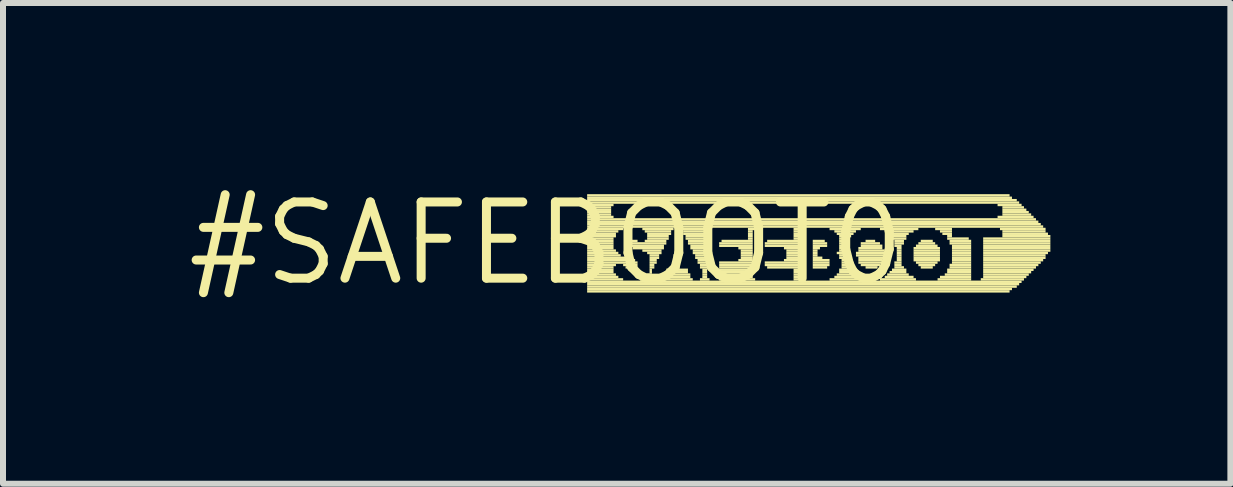
<source format=kicad_pcb>
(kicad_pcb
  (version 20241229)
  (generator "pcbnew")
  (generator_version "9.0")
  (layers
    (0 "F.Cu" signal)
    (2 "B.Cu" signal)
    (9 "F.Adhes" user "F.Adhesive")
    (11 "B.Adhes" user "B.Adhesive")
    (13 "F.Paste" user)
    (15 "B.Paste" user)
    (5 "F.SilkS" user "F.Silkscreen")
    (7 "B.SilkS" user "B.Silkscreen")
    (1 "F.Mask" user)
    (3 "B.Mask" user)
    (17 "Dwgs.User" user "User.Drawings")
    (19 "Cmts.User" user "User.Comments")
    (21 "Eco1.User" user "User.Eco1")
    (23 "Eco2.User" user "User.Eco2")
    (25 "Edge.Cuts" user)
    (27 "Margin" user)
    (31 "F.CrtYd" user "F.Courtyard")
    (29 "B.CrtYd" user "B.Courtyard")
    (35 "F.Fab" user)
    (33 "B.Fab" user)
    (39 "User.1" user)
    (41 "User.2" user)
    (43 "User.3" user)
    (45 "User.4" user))
  (footprint "#SAFEBOOT0"
    (layer "F.Cu")
    (at 6.055 1.006)
    (property "Reference" "#SAFEBOOT0" (at 0 0 0) (layer "F.SilkS") (effects (font (size 1.27 1.27) (thickness 0.15))))
    (fp_poly (pts (xy 0.68 -0.78) (xy 7.72 -0.78) (xy 7.72 -0.82) (xy 0.68 -0.82)) (stroke (width 0) (type solid)) (fill yes) (layer "F.SilkS"))
    (fp_poly (pts (xy 0.68 -0.74) (xy 7.76 -0.74) (xy 7.76 -0.78) (xy 0.68 -0.78)) (stroke (width 0) (type solid)) (fill yes) (layer "F.SilkS"))
    (fp_poly (pts (xy 0.68 -0.7) (xy 7.84 -0.7) (xy 7.84 -0.74) (xy 0.68 -0.74)) (stroke (width 0) (type solid)) (fill yes) (layer "F.SilkS"))
    (fp_poly (pts (xy 0.68 -0.66) (xy 7.88 -0.66) (xy 7.88 -0.7) (xy 0.68 -0.7)) (stroke (width 0) (type solid)) (fill yes) (layer "F.SilkS"))
    (fp_poly (pts (xy 0.68 -0.62) (xy 1.12 -0.62) (xy 1.12 -0.66) (xy 0.68 -0.66)) (stroke (width 0) (type solid)) (fill yes) (layer "F.SilkS"))
    (fp_poly (pts (xy 0.68 -0.58) (xy 1.08 -0.58) (xy 1.08 -0.62) (xy 0.68 -0.62)) (stroke (width 0) (type solid)) (fill yes) (layer "F.SilkS"))
    (fp_poly (pts (xy 0.68 -0.54) (xy 1.08 -0.54) (xy 1.08 -0.58) (xy 0.68 -0.58)) (stroke (width 0) (type solid)) (fill yes) (layer "F.SilkS"))
    (fp_poly (pts (xy 0.68 -0.5) (xy 1.08 -0.5) (xy 1.08 -0.54) (xy 0.68 -0.54)) (stroke (width 0) (type solid)) (fill yes) (layer "F.SilkS"))
    (fp_poly (pts (xy 0.68 -0.46) (xy 1.08 -0.46) (xy 1.08 -0.5) (xy 0.68 -0.5)) (stroke (width 0) (type solid)) (fill yes) (layer "F.SilkS"))
    (fp_poly (pts (xy 0.68 -0.42) (xy 1.12 -0.42) (xy 1.12 -0.46) (xy 0.68 -0.46)) (stroke (width 0) (type solid)) (fill yes) (layer "F.SilkS"))
    (fp_poly (pts (xy 0.68 -0.38) (xy 8.16 -0.38) (xy 8.16 -0.42) (xy 0.68 -0.42)) (stroke (width 0) (type solid)) (fill yes) (layer "F.SilkS"))
    (fp_poly (pts (xy 0.68 -0.34) (xy 8.2 -0.34) (xy 8.2 -0.38) (xy 0.68 -0.38)) (stroke (width 0) (type solid)) (fill yes) (layer "F.SilkS"))
    (fp_poly (pts (xy 0.68 -0.3) (xy 8.24 -0.3) (xy 8.24 -0.34) (xy 0.68 -0.34)) (stroke (width 0) (type solid)) (fill yes) (layer "F.SilkS"))
    (fp_poly (pts (xy 0.68 -0.26) (xy 8.28 -0.26) (xy 8.28 -0.3) (xy 0.68 -0.3)) (stroke (width 0) (type solid)) (fill yes) (layer "F.SilkS"))
    (fp_poly (pts (xy 0.68 -0.22) (xy 1.28 -0.22) (xy 1.28 -0.26) (xy 0.68 -0.26)) (stroke (width 0) (type solid)) (fill yes) (layer "F.SilkS"))
    (fp_poly (pts (xy 0.68 -0.18) (xy 1.2 -0.18) (xy 1.2 -0.22) (xy 0.68 -0.22)) (stroke (width 0) (type solid)) (fill yes) (layer "F.SilkS"))
    (fp_poly (pts (xy 0.68 -0.14) (xy 1.16 -0.14) (xy 1.16 -0.18) (xy 0.68 -0.18)) (stroke (width 0) (type solid)) (fill yes) (layer "F.SilkS"))
    (fp_poly (pts (xy 0.68 -0.1) (xy 1.16 -0.1) (xy 1.16 -0.14) (xy 0.68 -0.14)) (stroke (width 0) (type solid)) (fill yes) (layer "F.SilkS"))
    (fp_poly (pts (xy 0.68 -0.06) (xy 1.12 -0.06) (xy 1.12 -0.1) (xy 0.68 -0.1)) (stroke (width 0) (type solid)) (fill yes) (layer "F.SilkS"))
    (fp_poly (pts (xy 0.68 -0.02) (xy 1.12 -0.02) (xy 1.12 -0.06) (xy 0.68 -0.06)) (stroke (width 0) (type solid)) (fill yes) (layer "F.SilkS"))
    (fp_poly (pts (xy 0.68 0.02) (xy 1.12 0.02) (xy 1.12 -0.02) (xy 0.68 -0.02)) (stroke (width 0) (type solid)) (fill yes) (layer "F.SilkS"))
    (fp_poly (pts (xy 0.68 0.06) (xy 1.12 0.06) (xy 1.12 0.02) (xy 0.68 0.02)) (stroke (width 0) (type solid)) (fill yes) (layer "F.SilkS"))
    (fp_poly (pts (xy 0.68 0.1) (xy 1.12 0.1) (xy 1.12 0.06) (xy 0.68 0.06)) (stroke (width 0) (type solid)) (fill yes) (layer "F.SilkS"))
    (fp_poly (pts (xy 0.68 0.14) (xy 1.16 0.14) (xy 1.16 0.1) (xy 0.68 0.1)) (stroke (width 0) (type solid)) (fill yes) (layer "F.SilkS"))
    (fp_poly (pts (xy 0.68 0.18) (xy 1.2 0.18) (xy 1.2 0.14) (xy 0.68 0.14)) (stroke (width 0) (type solid)) (fill yes) (layer "F.SilkS"))
    (fp_poly (pts (xy 0.68 0.22) (xy 1.24 0.22) (xy 1.24 0.18) (xy 0.68 0.18)) (stroke (width 0) (type solid)) (fill yes) (layer "F.SilkS"))
    (fp_poly (pts (xy 0.68 0.26) (xy 1.32 0.26) (xy 1.32 0.22) (xy 0.68 0.22)) (stroke (width 0) (type solid)) (fill yes) (layer "F.SilkS"))
    (fp_poly (pts (xy 0.68 0.3) (xy 1.48 0.3) (xy 1.48 0.26) (xy 0.68 0.26)) (stroke (width 0) (type solid)) (fill yes) (layer "F.SilkS"))
    (fp_poly (pts (xy 0.68 0.34) (xy 1.52 0.34) (xy 1.52 0.3) (xy 0.68 0.3)) (stroke (width 0) (type solid)) (fill yes) (layer "F.SilkS"))
    (fp_poly (pts (xy 0.68 0.38) (xy 1.16 0.38) (xy 1.16 0.34) (xy 0.68 0.34)) (stroke (width 0) (type solid)) (fill yes) (layer "F.SilkS"))
    (fp_poly (pts (xy 0.68 0.42) (xy 1.12 0.42) (xy 1.12 0.38) (xy 0.68 0.38)) (stroke (width 0) (type solid)) (fill yes) (layer "F.SilkS"))
    (fp_poly (pts (xy 0.68 0.46) (xy 1.12 0.46) (xy 1.12 0.42) (xy 0.68 0.42)) (stroke (width 0) (type solid)) (fill yes) (layer "F.SilkS"))
    (fp_poly (pts (xy 0.68 0.5) (xy 1.12 0.5) (xy 1.12 0.46) (xy 0.68 0.46)) (stroke (width 0) (type solid)) (fill yes) (layer "F.SilkS"))
    (fp_poly (pts (xy 0.68 0.54) (xy 1.16 0.54) (xy 1.16 0.5) (xy 0.68 0.5)) (stroke (width 0) (type solid)) (fill yes) (layer "F.SilkS"))
    (fp_poly (pts (xy 0.68 0.58) (xy 1.2 0.58) (xy 1.2 0.54) (xy 0.68 0.54)) (stroke (width 0) (type solid)) (fill yes) (layer "F.SilkS"))
    (fp_poly (pts (xy 0.68 0.62) (xy 1.28 0.62) (xy 1.28 0.58) (xy 0.68 0.58)) (stroke (width 0) (type solid)) (fill yes) (layer "F.SilkS"))
    (fp_poly (pts (xy 0.68 0.66) (xy 7.92 0.66) (xy 7.92 0.62) (xy 0.68 0.62)) (stroke (width 0) (type solid)) (fill yes) (layer "F.SilkS"))
    (fp_poly (pts (xy 0.68 0.7) (xy 7.88 0.7) (xy 7.88 0.66) (xy 0.68 0.66)) (stroke (width 0) (type solid)) (fill yes) (layer "F.SilkS"))
    (fp_poly (pts (xy 0.68 0.74) (xy 7.84 0.74) (xy 7.84 0.7) (xy 0.68 0.7)) (stroke (width 0) (type solid)) (fill yes) (layer "F.SilkS"))
    (fp_poly (pts (xy 0.68 0.78) (xy 7.76 0.78) (xy 7.76 0.74) (xy 0.68 0.74)) (stroke (width 0) (type solid)) (fill yes) (layer "F.SilkS"))
    (fp_poly (pts (xy 0.68 0.82) (xy 7.72 0.82) (xy 7.72 0.78) (xy 0.68 0.78)) (stroke (width 0) (type solid)) (fill yes) (layer "F.SilkS"))
    (fp_poly (pts (xy 1.28 0.38) (xy 1.52 0.38) (xy 1.52 0.34) (xy 1.28 0.34)) (stroke (width 0) (type solid)) (fill yes) (layer "F.SilkS"))
    (fp_poly (pts (xy 1.32 -0.02) (xy 1.52 -0.02) (xy 1.52 -0.06) (xy 1.32 -0.06)) (stroke (width 0) (type solid)) (fill yes) (layer "F.SilkS"))
    (fp_poly (pts (xy 1.32 0.02) (xy 2 0.02) (xy 2 -0.02) (xy 1.32 -0.02)) (stroke (width 0) (type solid)) (fill yes) (layer "F.SilkS"))
    (fp_poly (pts (xy 1.32 0.42) (xy 1.52 0.42) (xy 1.52 0.38) (xy 1.32 0.38)) (stroke (width 0) (type solid)) (fill yes) (layer "F.SilkS"))
    (fp_poly (pts (xy 1.36 0.06) (xy 1.96 0.06) (xy 1.96 0.02) (xy 1.36 0.02)) (stroke (width 0) (type solid)) (fill yes) (layer "F.SilkS"))
    (fp_poly (pts (xy 1.44 0.1) (xy 1.96 0.1) (xy 1.96 0.06) (xy 1.44 0.06)) (stroke (width 0) (type solid)) (fill yes) (layer "F.SilkS"))
    (fp_poly (pts (xy 1.56 0.62) (xy 1.8 0.62) (xy 1.8 0.58) (xy 1.56 0.58)) (stroke (width 0) (type solid)) (fill yes) (layer "F.SilkS"))
    (fp_poly (pts (xy 1.6 -0.22) (xy 2.12 -0.22) (xy 2.12 -0.26) (xy 1.6 -0.26)) (stroke (width 0) (type solid)) (fill yes) (layer "F.SilkS"))
    (fp_poly (pts (xy 1.6 0.14) (xy 1.92 0.14) (xy 1.92 0.1) (xy 1.6 0.1)) (stroke (width 0) (type solid)) (fill yes) (layer "F.SilkS"))
    (fp_poly (pts (xy 1.64 -0.18) (xy 2.08 -0.18) (xy 2.08 -0.22) (xy 1.64 -0.22)) (stroke (width 0) (type solid)) (fill yes) (layer "F.SilkS"))
    (fp_poly (pts (xy 1.64 -0.02) (xy 2 -0.02) (xy 2 -0.06) (xy 1.64 -0.06)) (stroke (width 0) (type solid)) (fill yes) (layer "F.SilkS"))
    (fp_poly (pts (xy 1.64 0.58) (xy 1.76 0.58) (xy 1.76 0.54) (xy 1.64 0.54)) (stroke (width 0) (type solid)) (fill yes) (layer "F.SilkS"))
    (fp_poly (pts (xy 1.68 -0.14) (xy 2.08 -0.14) (xy 2.08 -0.18) (xy 1.68 -0.18)) (stroke (width 0) (type solid)) (fill yes) (layer "F.SilkS"))
    (fp_poly (pts (xy 1.68 -0.1) (xy 2.04 -0.1) (xy 2.04 -0.14) (xy 1.68 -0.14)) (stroke (width 0) (type solid)) (fill yes) (layer "F.SilkS"))
    (fp_poly (pts (xy 1.68 -0.06) (xy 2.04 -0.06) (xy 2.04 -0.1) (xy 1.68 -0.1)) (stroke (width 0) (type solid)) (fill yes) (layer "F.SilkS"))
    (fp_poly (pts (xy 1.68 0.18) (xy 1.92 0.18) (xy 1.92 0.14) (xy 1.68 0.14)) (stroke (width 0) (type solid)) (fill yes) (layer "F.SilkS"))
    (fp_poly (pts (xy 1.68 0.54) (xy 1.76 0.54) (xy 1.76 0.5) (xy 1.68 0.5)) (stroke (width 0) (type solid)) (fill yes) (layer "F.SilkS"))
    (fp_poly (pts (xy 1.72 0.22) (xy 1.88 0.22) (xy 1.88 0.18) (xy 1.72 0.18)) (stroke (width 0) (type solid)) (fill yes) (layer "F.SilkS"))
    (fp_poly (pts (xy 1.72 0.26) (xy 1.88 0.26) (xy 1.88 0.22) (xy 1.72 0.22)) (stroke (width 0) (type solid)) (fill yes) (layer "F.SilkS"))
    (fp_poly (pts (xy 1.72 0.3) (xy 1.84 0.3) (xy 1.84 0.26) (xy 1.72 0.26)) (stroke (width 0) (type solid)) (fill yes) (layer "F.SilkS"))
    (fp_poly (pts (xy 1.72 0.34) (xy 1.84 0.34) (xy 1.84 0.3) (xy 1.72 0.3)) (stroke (width 0) (type solid)) (fill yes) (layer "F.SilkS"))
    (fp_poly (pts (xy 1.72 0.38) (xy 1.8 0.38) (xy 1.8 0.34) (xy 1.72 0.34)) (stroke (width 0) (type solid)) (fill yes) (layer "F.SilkS"))
    (fp_poly (pts (xy 1.72 0.42) (xy 1.8 0.42) (xy 1.8 0.38) (xy 1.72 0.38)) (stroke (width 0) (type solid)) (fill yes) (layer "F.SilkS"))
    (fp_poly (pts (xy 1.72 0.46) (xy 1.76 0.46) (xy 1.76 0.42) (xy 1.72 0.42)) (stroke (width 0) (type solid)) (fill yes) (layer "F.SilkS"))
    (fp_poly (pts (xy 1.72 0.5) (xy 1.76 0.5) (xy 1.76 0.46) (xy 1.72 0.46)) (stroke (width 0) (type solid)) (fill yes) (layer "F.SilkS"))
    (fp_poly (pts (xy 1.92 0.62) (xy 2.44 0.62) (xy 2.44 0.58) (xy 1.92 0.58)) (stroke (width 0) (type solid)) (fill yes) (layer "F.SilkS"))
    (fp_poly (pts (xy 1.96 0.54) (xy 2.4 0.54) (xy 2.4 0.5) (xy 1.96 0.5)) (stroke (width 0) (type solid)) (fill yes) (layer "F.SilkS"))
    (fp_poly (pts (xy 1.96 0.58) (xy 2.4 0.58) (xy 2.4 0.54) (xy 1.96 0.54)) (stroke (width 0) (type solid)) (fill yes) (layer "F.SilkS"))
    (fp_poly (pts (xy 2 0.46) (xy 2.36 0.46) (xy 2.36 0.42) (xy 2 0.42)) (stroke (width 0) (type solid)) (fill yes) (layer "F.SilkS"))
    (fp_poly (pts (xy 2 0.5) (xy 2.36 0.5) (xy 2.36 0.46) (xy 2 0.46)) (stroke (width 0) (type solid)) (fill yes) (layer "F.SilkS"))
    (fp_poly (pts (xy 2.12 0.22) (xy 2.24 0.22) (xy 2.24 0.18) (xy 2.12 0.18)) (stroke (width 0) (type solid)) (fill yes) (layer "F.SilkS"))
    (fp_poly (pts (xy 2.12 0.26) (xy 2.24 0.26) (xy 2.24 0.22) (xy 2.12 0.22)) (stroke (width 0) (type solid)) (fill yes) (layer "F.SilkS"))
    (fp_poly (pts (xy 2.16 0.14) (xy 2.2 0.14) (xy 2.2 0.1) (xy 2.16 0.1)) (stroke (width 0) (type solid)) (fill yes) (layer "F.SilkS"))
    (fp_poly (pts (xy 2.16 0.18) (xy 2.2 0.18) (xy 2.2 0.14) (xy 2.16 0.14)) (stroke (width 0) (type solid)) (fill yes) (layer "F.SilkS"))
    (fp_poly (pts (xy 2.24 -0.22) (xy 2.72 -0.22) (xy 2.72 -0.26) (xy 2.24 -0.26)) (stroke (width 0) (type solid)) (fill yes) (layer "F.SilkS"))
    (fp_poly (pts (xy 2.28 -0.18) (xy 2.68 -0.18) (xy 2.68 -0.22) (xy 2.28 -0.22)) (stroke (width 0) (type solid)) (fill yes) (layer "F.SilkS"))
    (fp_poly (pts (xy 2.28 -0.14) (xy 2.68 -0.14) (xy 2.68 -0.18) (xy 2.28 -0.18)) (stroke (width 0) (type solid)) (fill yes) (layer "F.SilkS"))
    (fp_poly (pts (xy 2.32 -0.1) (xy 2.68 -0.1) (xy 2.68 -0.14) (xy 2.32 -0.14)) (stroke (width 0) (type solid)) (fill yes) (layer "F.SilkS"))
    (fp_poly (pts (xy 2.32 -0.06) (xy 2.68 -0.06) (xy 2.68 -0.1) (xy 2.32 -0.1)) (stroke (width 0) (type solid)) (fill yes) (layer "F.SilkS"))
    (fp_poly (pts (xy 2.36 -0.02) (xy 2.68 -0.02) (xy 2.68 -0.06) (xy 2.36 -0.06)) (stroke (width 0) (type solid)) (fill yes) (layer "F.SilkS"))
    (fp_poly (pts (xy 2.36 0.02) (xy 2.68 0.02) (xy 2.68 -0.02) (xy 2.36 -0.02)) (stroke (width 0) (type solid)) (fill yes) (layer "F.SilkS"))
    (fp_poly (pts (xy 2.4 0.06) (xy 2.68 0.06) (xy 2.68 0.02) (xy 2.4 0.02)) (stroke (width 0) (type solid)) (fill yes) (layer "F.SilkS"))
    (fp_poly (pts (xy 2.4 0.1) (xy 2.68 0.1) (xy 2.68 0.06) (xy 2.4 0.06)) (stroke (width 0) (type solid)) (fill yes) (layer "F.SilkS"))
    (fp_poly (pts (xy 2.44 0.14) (xy 2.68 0.14) (xy 2.68 0.1) (xy 2.44 0.1)) (stroke (width 0) (type solid)) (fill yes) (layer "F.SilkS"))
    (fp_poly (pts (xy 2.44 0.18) (xy 2.68 0.18) (xy 2.68 0.14) (xy 2.44 0.14)) (stroke (width 0) (type solid)) (fill yes) (layer "F.SilkS"))
    (fp_poly (pts (xy 2.48 0.22) (xy 2.68 0.22) (xy 2.68 0.18) (xy 2.48 0.18)) (stroke (width 0) (type solid)) (fill yes) (layer "F.SilkS"))
    (fp_poly (pts (xy 2.48 0.26) (xy 2.68 0.26) (xy 2.68 0.22) (xy 2.48 0.22)) (stroke (width 0) (type solid)) (fill yes) (layer "F.SilkS"))
    (fp_poly (pts (xy 2.52 0.3) (xy 2.68 0.3) (xy 2.68 0.26) (xy 2.52 0.26)) (stroke (width 0) (type solid)) (fill yes) (layer "F.SilkS"))
    (fp_poly (pts (xy 2.52 0.34) (xy 2.68 0.34) (xy 2.68 0.3) (xy 2.52 0.3)) (stroke (width 0) (type solid)) (fill yes) (layer "F.SilkS"))
    (fp_poly (pts (xy 2.56 0.38) (xy 2.68 0.38) (xy 2.68 0.34) (xy 2.56 0.34)) (stroke (width 0) (type solid)) (fill yes) (layer "F.SilkS"))
    (fp_poly (pts (xy 2.56 0.42) (xy 2.68 0.42) (xy 2.68 0.38) (xy 2.56 0.38)) (stroke (width 0) (type solid)) (fill yes) (layer "F.SilkS"))
    (fp_poly (pts (xy 2.56 0.62) (xy 2.72 0.62) (xy 2.72 0.58) (xy 2.56 0.58)) (stroke (width 0) (type solid)) (fill yes) (layer "F.SilkS"))
    (fp_poly (pts (xy 2.6 0.46) (xy 2.68 0.46) (xy 2.68 0.42) (xy 2.6 0.42)) (stroke (width 0) (type solid)) (fill yes) (layer "F.SilkS"))
    (fp_poly (pts (xy 2.6 0.5) (xy 2.68 0.5) (xy 2.68 0.46) (xy 2.6 0.46)) (stroke (width 0) (type solid)) (fill yes) (layer "F.SilkS"))
    (fp_poly (pts (xy 2.6 0.54) (xy 2.68 0.54) (xy 2.68 0.5) (xy 2.6 0.5)) (stroke (width 0) (type solid)) (fill yes) (layer "F.SilkS"))
    (fp_poly (pts (xy 2.6 0.58) (xy 2.68 0.58) (xy 2.68 0.54) (xy 2.6 0.54)) (stroke (width 0) (type solid)) (fill yes) (layer "F.SilkS"))
    (fp_poly (pts (xy 2.88 0.02) (xy 3.44 0.02) (xy 3.44 -0.02) (xy 2.88 -0.02)) (stroke (width 0) (type solid)) (fill yes) (layer "F.SilkS"))
    (fp_poly (pts (xy 2.88 0.06) (xy 3.44 0.06) (xy 3.44 0.02) (xy 2.88 0.02)) (stroke (width 0) (type solid)) (fill yes) (layer "F.SilkS"))
    (fp_poly (pts (xy 2.88 0.34) (xy 3.44 0.34) (xy 3.44 0.3) (xy 2.88 0.3)) (stroke (width 0) (type solid)) (fill yes) (layer "F.SilkS"))
    (fp_poly (pts (xy 2.88 0.38) (xy 3.44 0.38) (xy 3.44 0.34) (xy 2.88 0.34)) (stroke (width 0) (type solid)) (fill yes) (layer "F.SilkS"))
    (fp_poly (pts (xy 2.88 0.42) (xy 3.44 0.42) (xy 3.44 0.38) (xy 2.88 0.38)) (stroke (width 0) (type solid)) (fill yes) (layer "F.SilkS"))
    (fp_poly (pts (xy 2.88 0.46) (xy 3.44 0.46) (xy 3.44 0.42) (xy 2.88 0.42)) (stroke (width 0) (type solid)) (fill yes) (layer "F.SilkS"))
    (fp_poly (pts (xy 2.88 0.5) (xy 3.44 0.5) (xy 3.44 0.46) (xy 2.88 0.46)) (stroke (width 0) (type solid)) (fill yes) (layer "F.SilkS"))
    (fp_poly (pts (xy 2.88 0.54) (xy 3.44 0.54) (xy 3.44 0.5) (xy 2.88 0.5)) (stroke (width 0) (type solid)) (fill yes) (layer "F.SilkS"))
    (fp_poly (pts (xy 2.88 0.58) (xy 3.44 0.58) (xy 3.44 0.54) (xy 2.88 0.54)) (stroke (width 0) (type solid)) (fill yes) (layer "F.SilkS"))
    (fp_poly (pts (xy 2.88 0.62) (xy 3.48 0.62) (xy 3.48 0.58) (xy 2.88 0.58)) (stroke (width 0) (type solid)) (fill yes) (layer "F.SilkS"))
    (fp_poly (pts (xy 2.92 -0.02) (xy 3.44 -0.02) (xy 3.44 -0.06) (xy 2.92 -0.06)) (stroke (width 0) (type solid)) (fill yes) (layer "F.SilkS"))
    (fp_poly (pts (xy 3.2 0.1) (xy 3.44 0.1) (xy 3.44 0.06) (xy 3.2 0.06)) (stroke (width 0) (type solid)) (fill yes) (layer "F.SilkS"))
    (fp_poly (pts (xy 3.2 0.3) (xy 3.44 0.3) (xy 3.44 0.26) (xy 3.2 0.26)) (stroke (width 0) (type solid)) (fill yes) (layer "F.SilkS"))
    (fp_poly (pts (xy 3.24 0.14) (xy 3.44 0.14) (xy 3.44 0.1) (xy 3.24 0.1)) (stroke (width 0) (type solid)) (fill yes) (layer "F.SilkS"))
    (fp_poly (pts (xy 3.24 0.18) (xy 3.44 0.18) (xy 3.44 0.14) (xy 3.24 0.14)) (stroke (width 0) (type solid)) (fill yes) (layer "F.SilkS"))
    (fp_poly (pts (xy 3.24 0.22) (xy 3.44 0.22) (xy 3.44 0.18) (xy 3.24 0.18)) (stroke (width 0) (type solid)) (fill yes) (layer "F.SilkS"))
    (fp_poly (pts (xy 3.24 0.26) (xy 3.44 0.26) (xy 3.44 0.22) (xy 3.24 0.22)) (stroke (width 0) (type solid)) (fill yes) (layer "F.SilkS"))
    (fp_poly (pts (xy 3.36 -0.22) (xy 3.48 -0.22) (xy 3.48 -0.26) (xy 3.36 -0.26)) (stroke (width 0) (type solid)) (fill yes) (layer "F.SilkS"))
    (fp_poly (pts (xy 3.36 -0.18) (xy 3.44 -0.18) (xy 3.44 -0.22) (xy 3.36 -0.22)) (stroke (width 0) (type solid)) (fill yes) (layer "F.SilkS"))
    (fp_poly (pts (xy 3.36 -0.14) (xy 3.44 -0.14) (xy 3.44 -0.18) (xy 3.36 -0.18)) (stroke (width 0) (type solid)) (fill yes) (layer "F.SilkS"))
    (fp_poly (pts (xy 3.36 -0.1) (xy 3.44 -0.1) (xy 3.44 -0.14) (xy 3.36 -0.14)) (stroke (width 0) (type solid)) (fill yes) (layer "F.SilkS"))
    (fp_poly (pts (xy 3.36 -0.06) (xy 3.44 -0.06) (xy 3.44 -0.1) (xy 3.36 -0.1)) (stroke (width 0) (type solid)) (fill yes) (layer "F.SilkS"))
    (fp_poly (pts (xy 3.64 0.02) (xy 4.24 0.02) (xy 4.24 -0.02) (xy 3.64 -0.02)) (stroke (width 0) (type solid)) (fill yes) (layer "F.SilkS"))
    (fp_poly (pts (xy 3.64 0.06) (xy 4.24 0.06) (xy 4.24 0.02) (xy 3.64 0.02)) (stroke (width 0) (type solid)) (fill yes) (layer "F.SilkS"))
    (fp_poly (pts (xy 3.64 0.34) (xy 4.24 0.34) (xy 4.24 0.3) (xy 3.64 0.3)) (stroke (width 0) (type solid)) (fill yes) (layer "F.SilkS"))
    (fp_poly (pts (xy 3.64 0.38) (xy 4.24 0.38) (xy 4.24 0.34) (xy 3.64 0.34)) (stroke (width 0) (type solid)) (fill yes) (layer "F.SilkS"))
    (fp_poly (pts (xy 3.68 -0.02) (xy 4.24 -0.02) (xy 4.24 -0.06) (xy 3.68 -0.06)) (stroke (width 0) (type solid)) (fill yes) (layer "F.SilkS"))
    (fp_poly (pts (xy 3.68 0.42) (xy 4.24 0.42) (xy 4.24 0.38) (xy 3.68 0.38)) (stroke (width 0) (type solid)) (fill yes) (layer "F.SilkS"))
    (fp_poly (pts (xy 3.96 0.1) (xy 4.24 0.1) (xy 4.24 0.06) (xy 3.96 0.06)) (stroke (width 0) (type solid)) (fill yes) (layer "F.SilkS"))
    (fp_poly (pts (xy 3.96 0.3) (xy 4.24 0.3) (xy 4.24 0.26) (xy 3.96 0.26)) (stroke (width 0) (type solid)) (fill yes) (layer "F.SilkS"))
    (fp_poly (pts (xy 4 0.14) (xy 4.24 0.14) (xy 4.24 0.1) (xy 4 0.1)) (stroke (width 0) (type solid)) (fill yes) (layer "F.SilkS"))
    (fp_poly (pts (xy 4 0.18) (xy 4.24 0.18) (xy 4.24 0.14) (xy 4 0.14)) (stroke (width 0) (type solid)) (fill yes) (layer "F.SilkS"))
    (fp_poly (pts (xy 4 0.22) (xy 4.24 0.22) (xy 4.24 0.18) (xy 4 0.18)) (stroke (width 0) (type solid)) (fill yes) (layer "F.SilkS"))
    (fp_poly (pts (xy 4 0.26) (xy 4.24 0.26) (xy 4.24 0.22) (xy 4 0.22)) (stroke (width 0) (type solid)) (fill yes) (layer "F.SilkS"))
    (fp_poly (pts (xy 4.12 -0.22) (xy 4.24 -0.22) (xy 4.24 -0.26) (xy 4.12 -0.26)) (stroke (width 0) (type solid)) (fill yes) (layer "F.SilkS"))
    (fp_poly (pts (xy 4.12 -0.18) (xy 4.24 -0.18) (xy 4.24 -0.22) (xy 4.12 -0.22)) (stroke (width 0) (type solid)) (fill yes) (layer "F.SilkS"))
    (fp_poly (pts (xy 4.12 -0.14) (xy 4.24 -0.14) (xy 4.24 -0.18) (xy 4.12 -0.18)) (stroke (width 0) (type solid)) (fill yes) (layer "F.SilkS"))
    (fp_poly (pts (xy 4.12 -0.1) (xy 4.24 -0.1) (xy 4.24 -0.14) (xy 4.12 -0.14)) (stroke (width 0) (type solid)) (fill yes) (layer "F.SilkS"))
    (fp_poly (pts (xy 4.12 -0.06) (xy 4.24 -0.06) (xy 4.24 -0.1) (xy 4.12 -0.1)) (stroke (width 0) (type solid)) (fill yes) (layer "F.SilkS"))
    (fp_poly (pts (xy 4.12 0.46) (xy 4.24 0.46) (xy 4.24 0.42) (xy 4.12 0.42)) (stroke (width 0) (type solid)) (fill yes) (layer "F.SilkS"))
    (fp_poly (pts (xy 4.12 0.5) (xy 4.24 0.5) (xy 4.24 0.46) (xy 4.12 0.46)) (stroke (width 0) (type solid)) (fill yes) (layer "F.SilkS"))
    (fp_poly (pts (xy 4.12 0.54) (xy 4.24 0.54) (xy 4.24 0.5) (xy 4.12 0.5)) (stroke (width 0) (type solid)) (fill yes) (layer "F.SilkS"))
    (fp_poly (pts (xy 4.12 0.58) (xy 4.24 0.58) (xy 4.24 0.54) (xy 4.12 0.54)) (stroke (width 0) (type solid)) (fill yes) (layer "F.SilkS"))
    (fp_poly (pts (xy 4.12 0.62) (xy 4.24 0.62) (xy 4.24 0.58) (xy 4.12 0.58)) (stroke (width 0) (type solid)) (fill yes) (layer "F.SilkS"))
    (fp_poly (pts (xy 4.44 -0.02) (xy 4.64 -0.02) (xy 4.64 -0.06) (xy 4.44 -0.06)) (stroke (width 0) (type solid)) (fill yes) (layer "F.SilkS"))
    (fp_poly (pts (xy 4.44 0.02) (xy 4.68 0.02) (xy 4.68 -0.02) (xy 4.44 -0.02)) (stroke (width 0) (type solid)) (fill yes) (layer "F.SilkS"))
    (fp_poly (pts (xy 4.44 0.06) (xy 4.68 0.06) (xy 4.68 0.02) (xy 4.44 0.02)) (stroke (width 0) (type solid)) (fill yes) (layer "F.SilkS"))
    (fp_poly (pts (xy 4.44 0.1) (xy 4.56 0.1) (xy 4.56 0.06) (xy 4.44 0.06)) (stroke (width 0) (type solid)) (fill yes) (layer "F.SilkS"))
    (fp_poly (pts (xy 4.44 0.14) (xy 4.52 0.14) (xy 4.52 0.1) (xy 4.44 0.1)) (stroke (width 0) (type solid)) (fill yes) (layer "F.SilkS"))
    (fp_poly (pts (xy 4.44 0.18) (xy 4.52 0.18) (xy 4.52 0.14) (xy 4.44 0.14)) (stroke (width 0) (type solid)) (fill yes) (layer "F.SilkS"))
    (fp_poly (pts (xy 4.44 0.22) (xy 4.52 0.22) (xy 4.52 0.18) (xy 4.44 0.18)) (stroke (width 0) (type solid)) (fill yes) (layer "F.SilkS"))
    (fp_poly (pts (xy 4.44 0.26) (xy 4.6 0.26) (xy 4.6 0.22) (xy 4.44 0.22)) (stroke (width 0) (type solid)) (fill yes) (layer "F.SilkS"))
    (fp_poly (pts (xy 4.44 0.3) (xy 4.72 0.3) (xy 4.72 0.26) (xy 4.44 0.26)) (stroke (width 0) (type solid)) (fill yes) (layer "F.SilkS"))
    (fp_poly (pts (xy 4.44 0.34) (xy 4.72 0.34) (xy 4.72 0.3) (xy 4.44 0.3)) (stroke (width 0) (type solid)) (fill yes) (layer "F.SilkS"))
    (fp_poly (pts (xy 4.44 0.38) (xy 4.72 0.38) (xy 4.72 0.34) (xy 4.44 0.34)) (stroke (width 0) (type solid)) (fill yes) (layer "F.SilkS"))
    (fp_poly (pts (xy 4.44 0.42) (xy 4.68 0.42) (xy 4.68 0.38) (xy 4.44 0.38)) (stroke (width 0) (type solid)) (fill yes) (layer "F.SilkS"))
    (fp_poly (pts (xy 4.72 -0.22) (xy 5.24 -0.22) (xy 5.24 -0.26) (xy 4.72 -0.26)) (stroke (width 0) (type solid)) (fill yes) (layer "F.SilkS"))
    (fp_poly (pts (xy 4.72 0.62) (xy 5.24 0.62) (xy 5.24 0.58) (xy 4.72 0.58)) (stroke (width 0) (type solid)) (fill yes) (layer "F.SilkS"))
    (fp_poly (pts (xy 4.8 -0.18) (xy 5.16 -0.18) (xy 5.16 -0.22) (xy 4.8 -0.22)) (stroke (width 0) (type solid)) (fill yes) (layer "F.SilkS"))
    (fp_poly (pts (xy 4.8 0.58) (xy 5.16 0.58) (xy 5.16 0.54) (xy 4.8 0.54)) (stroke (width 0) (type solid)) (fill yes) (layer "F.SilkS"))
    (fp_poly (pts (xy 4.84 -0.14) (xy 5.12 -0.14) (xy 5.12 -0.18) (xy 4.84 -0.18)) (stroke (width 0) (type solid)) (fill yes) (layer "F.SilkS"))
    (fp_poly (pts (xy 4.84 0.18) (xy 4.96 0.18) (xy 4.96 0.14) (xy 4.84 0.14)) (stroke (width 0) (type solid)) (fill yes) (layer "F.SilkS"))
    (fp_poly (pts (xy 4.84 0.54) (xy 5.12 0.54) (xy 5.12 0.5) (xy 4.84 0.5)) (stroke (width 0) (type solid)) (fill yes) (layer "F.SilkS"))
    (fp_poly (pts (xy 4.88 -0.1) (xy 5.08 -0.1) (xy 5.08 -0.14) (xy 4.88 -0.14)) (stroke (width 0) (type solid)) (fill yes) (layer "F.SilkS"))
    (fp_poly (pts (xy 4.88 -0.06) (xy 5.04 -0.06) (xy 5.04 -0.1) (xy 4.88 -0.1)) (stroke (width 0) (type solid)) (fill yes) (layer "F.SilkS"))
    (fp_poly (pts (xy 4.88 -0.02) (xy 5.04 -0.02) (xy 5.04 -0.06) (xy 4.88 -0.06)) (stroke (width 0) (type solid)) (fill yes) (layer "F.SilkS"))
    (fp_poly (pts (xy 4.88 0.02) (xy 5 0.02) (xy 5 -0.02) (xy 4.88 -0.02)) (stroke (width 0) (type solid)) (fill yes) (layer "F.SilkS"))
    (fp_poly (pts (xy 4.88 0.06) (xy 5 0.06) (xy 5 0.02) (xy 4.88 0.02)) (stroke (width 0) (type solid)) (fill yes) (layer "F.SilkS"))
    (fp_poly (pts (xy 4.88 0.1) (xy 5 0.1) (xy 5 0.06) (xy 4.88 0.06)) (stroke (width 0) (type solid)) (fill yes) (layer "F.SilkS"))
    (fp_poly (pts (xy 4.88 0.14) (xy 4.96 0.14) (xy 4.96 0.1) (xy 4.88 0.1)) (stroke (width 0) (type solid)) (fill yes) (layer "F.SilkS"))
    (fp_poly (pts (xy 4.88 0.22) (xy 4.96 0.22) (xy 4.96 0.18) (xy 4.88 0.18)) (stroke (width 0) (type solid)) (fill yes) (layer "F.SilkS"))
    (fp_poly (pts (xy 4.88 0.26) (xy 4.96 0.26) (xy 4.96 0.22) (xy 4.88 0.22)) (stroke (width 0) (type solid)) (fill yes) (layer "F.SilkS"))
    (fp_poly (pts (xy 4.88 0.46) (xy 5.04 0.46) (xy 5.04 0.42) (xy 4.88 0.42)) (stroke (width 0) (type solid)) (fill yes) (layer "F.SilkS"))
    (fp_poly (pts (xy 4.88 0.5) (xy 5.08 0.5) (xy 5.08 0.46) (xy 4.88 0.46)) (stroke (width 0) (type solid)) (fill yes) (layer "F.SilkS"))
    (fp_poly (pts (xy 4.92 0.3) (xy 5 0.3) (xy 5 0.26) (xy 4.92 0.26)) (stroke (width 0) (type solid)) (fill yes) (layer "F.SilkS"))
    (fp_poly (pts (xy 4.92 0.34) (xy 5 0.34) (xy 5 0.3) (xy 4.92 0.3)) (stroke (width 0) (type solid)) (fill yes) (layer "F.SilkS"))
    (fp_poly (pts (xy 4.92 0.38) (xy 5 0.38) (xy 5 0.34) (xy 4.92 0.34)) (stroke (width 0) (type solid)) (fill yes) (layer "F.SilkS"))
    (fp_poly (pts (xy 4.92 0.42) (xy 5.04 0.42) (xy 5.04 0.38) (xy 4.92 0.38)) (stroke (width 0) (type solid)) (fill yes) (layer "F.SilkS"))
    (fp_poly (pts (xy 5.16 0.18) (xy 5.64 0.18) (xy 5.64 0.14) (xy 5.16 0.14)) (stroke (width 0) (type solid)) (fill yes) (layer "F.SilkS"))
    (fp_poly (pts (xy 5.16 0.22) (xy 5.64 0.22) (xy 5.64 0.18) (xy 5.16 0.18)) (stroke (width 0) (type solid)) (fill yes) (layer "F.SilkS"))
    (fp_poly (pts (xy 5.2 0.1) (xy 5.6 0.1) (xy 5.6 0.06) (xy 5.2 0.06)) (stroke (width 0) (type solid)) (fill yes) (layer "F.SilkS"))
    (fp_poly (pts (xy 5.2 0.14) (xy 5.64 0.14) (xy 5.64 0.1) (xy 5.2 0.1)) (stroke (width 0) (type solid)) (fill yes) (layer "F.SilkS"))
    (fp_poly (pts (xy 5.2 0.26) (xy 5.64 0.26) (xy 5.64 0.22) (xy 5.2 0.22)) (stroke (width 0) (type solid)) (fill yes) (layer "F.SilkS"))
    (fp_poly (pts (xy 5.2 0.3) (xy 5.6 0.3) (xy 5.6 0.26) (xy 5.2 0.26)) (stroke (width 0) (type solid)) (fill yes) (layer "F.SilkS"))
    (fp_poly (pts (xy 5.2 0.34) (xy 5.6 0.34) (xy 5.6 0.3) (xy 5.2 0.3)) (stroke (width 0) (type solid)) (fill yes) (layer "F.SilkS"))
    (fp_poly (pts (xy 5.24 0.02) (xy 5.56 0.02) (xy 5.56 -0.02) (xy 5.24 -0.02)) (stroke (width 0) (type solid)) (fill yes) (layer "F.SilkS"))
    (fp_poly (pts (xy 5.24 0.06) (xy 5.6 0.06) (xy 5.6 0.02) (xy 5.24 0.02)) (stroke (width 0) (type solid)) (fill yes) (layer "F.SilkS"))
    (fp_poly (pts (xy 5.24 0.38) (xy 5.56 0.38) (xy 5.56 0.34) (xy 5.24 0.34)) (stroke (width 0) (type solid)) (fill yes) (layer "F.SilkS"))
    (fp_poly (pts (xy 5.32 -0.02) (xy 5.48 -0.02) (xy 5.48 -0.06) (xy 5.32 -0.06)) (stroke (width 0) (type solid)) (fill yes) (layer "F.SilkS"))
    (fp_poly (pts (xy 5.32 0.42) (xy 5.52 0.42) (xy 5.52 0.38) (xy 5.32 0.38)) (stroke (width 0) (type solid)) (fill yes) (layer "F.SilkS"))
    (fp_poly (pts (xy 5.56 -0.22) (xy 6.2 -0.22) (xy 6.2 -0.26) (xy 5.56 -0.26)) (stroke (width 0) (type solid)) (fill yes) (layer "F.SilkS"))
    (fp_poly (pts (xy 5.56 0.62) (xy 6.16 0.62) (xy 6.16 0.58) (xy 5.56 0.58)) (stroke (width 0) (type solid)) (fill yes) (layer "F.SilkS"))
    (fp_poly (pts (xy 5.64 -0.18) (xy 6.12 -0.18) (xy 6.12 -0.22) (xy 5.64 -0.22)) (stroke (width 0) (type solid)) (fill yes) (layer "F.SilkS"))
    (fp_poly (pts (xy 5.64 0.58) (xy 6.12 0.58) (xy 6.12 0.54) (xy 5.64 0.54)) (stroke (width 0) (type solid)) (fill yes) (layer "F.SilkS"))
    (fp_poly (pts (xy 5.68 -0.14) (xy 6.04 -0.14) (xy 6.04 -0.18) (xy 5.68 -0.18)) (stroke (width 0) (type solid)) (fill yes) (layer "F.SilkS"))
    (fp_poly (pts (xy 5.68 0.54) (xy 6.04 0.54) (xy 6.04 0.5) (xy 5.68 0.5)) (stroke (width 0) (type solid)) (fill yes) (layer "F.SilkS"))
    (fp_poly (pts (xy 5.72 -0.1) (xy 6 -0.1) (xy 6 -0.14) (xy 5.72 -0.14)) (stroke (width 0) (type solid)) (fill yes) (layer "F.SilkS"))
    (fp_poly (pts (xy 5.72 0.5) (xy 6 0.5) (xy 6 0.46) (xy 5.72 0.46)) (stroke (width 0) (type solid)) (fill yes) (layer "F.SilkS"))
    (fp_poly (pts (xy 5.76 -0.06) (xy 6 -0.06) (xy 6 -0.1) (xy 5.76 -0.1)) (stroke (width 0) (type solid)) (fill yes) (layer "F.SilkS"))
    (fp_poly (pts (xy 5.76 0.46) (xy 6 0.46) (xy 6 0.42) (xy 5.76 0.42)) (stroke (width 0) (type solid)) (fill yes) (layer "F.SilkS"))
    (fp_poly (pts (xy 5.8 -0.02) (xy 5.96 -0.02) (xy 5.96 -0.06) (xy 5.8 -0.06)) (stroke (width 0) (type solid)) (fill yes) (layer "F.SilkS"))
    (fp_poly (pts (xy 5.8 0.02) (xy 5.96 0.02) (xy 5.96 -0.02) (xy 5.8 -0.02)) (stroke (width 0) (type solid)) (fill yes) (layer "F.SilkS"))
    (fp_poly (pts (xy 5.8 0.06) (xy 5.92 0.06) (xy 5.92 0.02) (xy 5.8 0.02)) (stroke (width 0) (type solid)) (fill yes) (layer "F.SilkS"))
    (fp_poly (pts (xy 5.8 0.34) (xy 5.92 0.34) (xy 5.92 0.3) (xy 5.8 0.3)) (stroke (width 0) (type solid)) (fill yes) (layer "F.SilkS"))
    (fp_poly (pts (xy 5.8 0.38) (xy 5.92 0.38) (xy 5.92 0.34) (xy 5.8 0.34)) (stroke (width 0) (type solid)) (fill yes) (layer "F.SilkS"))
    (fp_poly (pts (xy 5.8 0.42) (xy 5.96 0.42) (xy 5.96 0.38) (xy 5.8 0.38)) (stroke (width 0) (type solid)) (fill yes) (layer "F.SilkS"))
    (fp_poly (pts (xy 5.84 0.1) (xy 5.92 0.1) (xy 5.92 0.06) (xy 5.84 0.06)) (stroke (width 0) (type solid)) (fill yes) (layer "F.SilkS"))
    (fp_poly (pts (xy 5.84 0.14) (xy 5.92 0.14) (xy 5.92 0.1) (xy 5.84 0.1)) (stroke (width 0) (type solid)) (fill yes) (layer "F.SilkS"))
    (fp_poly (pts (xy 5.84 0.18) (xy 5.92 0.18) (xy 5.92 0.14) (xy 5.84 0.14)) (stroke (width 0) (type solid)) (fill yes) (layer "F.SilkS"))
    (fp_poly (pts (xy 5.84 0.22) (xy 5.92 0.22) (xy 5.92 0.18) (xy 5.84 0.18)) (stroke (width 0) (type solid)) (fill yes) (layer "F.SilkS"))
    (fp_poly (pts (xy 5.84 0.26) (xy 5.92 0.26) (xy 5.92 0.22) (xy 5.84 0.22)) (stroke (width 0) (type solid)) (fill yes) (layer "F.SilkS"))
    (fp_poly (pts (xy 5.84 0.3) (xy 5.92 0.3) (xy 5.92 0.26) (xy 5.84 0.26)) (stroke (width 0) (type solid)) (fill yes) (layer "F.SilkS"))
    (fp_poly (pts (xy 6.12 0.1) (xy 6.56 0.1) (xy 6.56 0.06) (xy 6.12 0.06)) (stroke (width 0) (type solid)) (fill yes) (layer "F.SilkS"))
    (fp_poly (pts (xy 6.12 0.14) (xy 6.56 0.14) (xy 6.56 0.1) (xy 6.12 0.1)) (stroke (width 0) (type solid)) (fill yes) (layer "F.SilkS"))
    (fp_poly (pts (xy 6.12 0.18) (xy 6.56 0.18) (xy 6.56 0.14) (xy 6.12 0.14)) (stroke (width 0) (type solid)) (fill yes) (layer "F.SilkS"))
    (fp_poly (pts (xy 6.12 0.22) (xy 6.56 0.22) (xy 6.56 0.18) (xy 6.12 0.18)) (stroke (width 0) (type solid)) (fill yes) (layer "F.SilkS"))
    (fp_poly (pts (xy 6.12 0.26) (xy 6.56 0.26) (xy 6.56 0.22) (xy 6.12 0.22)) (stroke (width 0) (type solid)) (fill yes) (layer "F.SilkS"))
    (fp_poly (pts (xy 6.12 0.3) (xy 6.56 0.3) (xy 6.56 0.26) (xy 6.12 0.26)) (stroke (width 0) (type solid)) (fill yes) (layer "F.SilkS"))
    (fp_poly (pts (xy 6.16 0.06) (xy 6.52 0.06) (xy 6.52 0.02) (xy 6.16 0.02)) (stroke (width 0) (type solid)) (fill yes) (layer "F.SilkS"))
    (fp_poly (pts (xy 6.16 0.34) (xy 6.52 0.34) (xy 6.52 0.3) (xy 6.16 0.3)) (stroke (width 0) (type solid)) (fill yes) (layer "F.SilkS"))
    (fp_poly (pts (xy 6.2 0.02) (xy 6.48 0.02) (xy 6.48 -0.02) (xy 6.2 -0.02)) (stroke (width 0) (type solid)) (fill yes) (layer "F.SilkS"))
    (fp_poly (pts (xy 6.2 0.38) (xy 6.48 0.38) (xy 6.48 0.34) (xy 6.2 0.34)) (stroke (width 0) (type solid)) (fill yes) (layer "F.SilkS"))
    (fp_poly (pts (xy 6.24 -0.02) (xy 6.44 -0.02) (xy 6.44 -0.06) (xy 6.24 -0.06)) (stroke (width 0) (type solid)) (fill yes) (layer "F.SilkS"))
    (fp_poly (pts (xy 6.24 0.42) (xy 6.44 0.42) (xy 6.44 0.38) (xy 6.24 0.38)) (stroke (width 0) (type solid)) (fill yes) (layer "F.SilkS"))
    (fp_poly (pts (xy 6.48 -0.22) (xy 6.76 -0.22) (xy 6.76 -0.26) (xy 6.48 -0.26)) (stroke (width 0) (type solid)) (fill yes) (layer "F.SilkS"))
    (fp_poly (pts (xy 6.52 0.62) (xy 7.08 0.62) (xy 7.08 0.58) (xy 6.52 0.58)) (stroke (width 0) (type solid)) (fill yes) (layer "F.SilkS"))
    (fp_poly (pts (xy 6.56 -0.18) (xy 6.76 -0.18) (xy 6.76 -0.22) (xy 6.56 -0.22)) (stroke (width 0) (type solid)) (fill yes) (layer "F.SilkS"))
    (fp_poly (pts (xy 6.56 0.58) (xy 7.08 0.58) (xy 7.08 0.54) (xy 6.56 0.54)) (stroke (width 0) (type solid)) (fill yes) (layer "F.SilkS"))
    (fp_poly (pts (xy 6.6 -0.14) (xy 6.76 -0.14) (xy 6.76 -0.18) (xy 6.6 -0.18)) (stroke (width 0) (type solid)) (fill yes) (layer "F.SilkS"))
    (fp_poly (pts (xy 6.64 0.54) (xy 7.08 0.54) (xy 7.08 0.5) (xy 6.64 0.5)) (stroke (width 0) (type solid)) (fill yes) (layer "F.SilkS"))
    (fp_poly (pts (xy 6.68 -0.1) (xy 6.76 -0.1) (xy 6.76 -0.14) (xy 6.68 -0.14)) (stroke (width 0) (type solid)) (fill yes) (layer "F.SilkS"))
    (fp_poly (pts (xy 6.68 -0.06) (xy 7.04 -0.06) (xy 7.04 -0.1) (xy 6.68 -0.1)) (stroke (width 0) (type solid)) (fill yes) (layer "F.SilkS"))
    (fp_poly (pts (xy 6.68 0.46) (xy 7.08 0.46) (xy 7.08 0.42) (xy 6.68 0.42)) (stroke (width 0) (type solid)) (fill yes) (layer "F.SilkS"))
    (fp_poly (pts (xy 6.68 0.5) (xy 7.08 0.5) (xy 7.08 0.46) (xy 6.68 0.46)) (stroke (width 0) (type solid)) (fill yes) (layer "F.SilkS"))
    (fp_poly (pts (xy 6.72 -0.02) (xy 7.08 -0.02) (xy 7.08 -0.06) (xy 6.72 -0.06)) (stroke (width 0) (type solid)) (fill yes) (layer "F.SilkS"))
    (fp_poly (pts (xy 6.72 0.02) (xy 7.08 0.02) (xy 7.08 -0.02) (xy 6.72 -0.02)) (stroke (width 0) (type solid)) (fill yes) (layer "F.SilkS"))
    (fp_poly (pts (xy 6.72 0.38) (xy 7.08 0.38) (xy 7.08 0.34) (xy 6.72 0.34)) (stroke (width 0) (type solid)) (fill yes) (layer "F.SilkS"))
    (fp_poly (pts (xy 6.72 0.42) (xy 7.08 0.42) (xy 7.08 0.38) (xy 6.72 0.38)) (stroke (width 0) (type solid)) (fill yes) (layer "F.SilkS"))
    (fp_poly (pts (xy 6.76 0.06) (xy 7.08 0.06) (xy 7.08 0.02) (xy 6.76 0.02)) (stroke (width 0) (type solid)) (fill yes) (layer "F.SilkS"))
    (fp_poly (pts (xy 6.76 0.1) (xy 7.08 0.1) (xy 7.08 0.06) (xy 6.76 0.06)) (stroke (width 0) (type solid)) (fill yes) (layer "F.SilkS"))
    (fp_poly (pts (xy 6.76 0.14) (xy 7.08 0.14) (xy 7.08 0.1) (xy 6.76 0.1)) (stroke (width 0) (type solid)) (fill yes) (layer "F.SilkS"))
    (fp_poly (pts (xy 6.76 0.18) (xy 7.08 0.18) (xy 7.08 0.14) (xy 6.76 0.14)) (stroke (width 0) (type solid)) (fill yes) (layer "F.SilkS"))
    (fp_poly (pts (xy 6.76 0.22) (xy 7.08 0.22) (xy 7.08 0.18) (xy 6.76 0.18)) (stroke (width 0) (type solid)) (fill yes) (layer "F.SilkS"))
    (fp_poly (pts (xy 6.76 0.26) (xy 7.08 0.26) (xy 7.08 0.22) (xy 6.76 0.22)) (stroke (width 0) (type solid)) (fill yes) (layer "F.SilkS"))
    (fp_poly (pts (xy 6.76 0.3) (xy 7.08 0.3) (xy 7.08 0.26) (xy 6.76 0.26)) (stroke (width 0) (type solid)) (fill yes) (layer "F.SilkS"))
    (fp_poly (pts (xy 6.76 0.34) (xy 7.08 0.34) (xy 7.08 0.3) (xy 6.76 0.3)) (stroke (width 0) (type solid)) (fill yes) (layer "F.SilkS"))
    (fp_poly (pts (xy 7.24 0.62) (xy 7.96 0.62) (xy 7.96 0.58) (xy 7.24 0.58)) (stroke (width 0) (type solid)) (fill yes) (layer "F.SilkS"))
    (fp_poly (pts (xy 7.28 -0.06) (xy 8.4 -0.06) (xy 8.4 -0.1) (xy 7.28 -0.1)) (stroke (width 0) (type solid)) (fill yes) (layer "F.SilkS"))
    (fp_poly (pts (xy 7.28 -0.02) (xy 8.4 -0.02) (xy 8.4 -0.06) (xy 7.28 -0.06)) (stroke (width 0) (type solid)) (fill yes) (layer "F.SilkS"))
    (fp_poly (pts (xy 7.28 0.02) (xy 8.4 0.02) (xy 8.4 -0.02) (xy 7.28 -0.02)) (stroke (width 0) (type solid)) (fill yes) (layer "F.SilkS"))
    (fp_poly (pts (xy 7.28 0.06) (xy 8.4 0.06) (xy 8.4 0.02) (xy 7.28 0.02)) (stroke (width 0) (type solid)) (fill yes) (layer "F.SilkS"))
    (fp_poly (pts (xy 7.28 0.1) (xy 8.4 0.1) (xy 8.4 0.06) (xy 7.28 0.06)) (stroke (width 0) (type solid)) (fill yes) (layer "F.SilkS"))
    (fp_poly (pts (xy 7.28 0.14) (xy 8.4 0.14) (xy 8.4 0.1) (xy 7.28 0.1)) (stroke (width 0) (type solid)) (fill yes) (layer "F.SilkS"))
    (fp_poly (pts (xy 7.28 0.18) (xy 8.36 0.18) (xy 8.36 0.14) (xy 7.28 0.14)) (stroke (width 0) (type solid)) (fill yes) (layer "F.SilkS"))
    (fp_poly (pts (xy 7.28 0.22) (xy 8.32 0.22) (xy 8.32 0.18) (xy 7.28 0.18)) (stroke (width 0) (type solid)) (fill yes) (layer "F.SilkS"))
    (fp_poly (pts (xy 7.28 0.26) (xy 8.32 0.26) (xy 8.32 0.22) (xy 7.28 0.22)) (stroke (width 0) (type solid)) (fill yes) (layer "F.SilkS"))
    (fp_poly (pts (xy 7.28 0.3) (xy 8.28 0.3) (xy 8.28 0.26) (xy 7.28 0.26)) (stroke (width 0) (type solid)) (fill yes) (layer "F.SilkS"))
    (fp_poly (pts (xy 7.28 0.34) (xy 8.24 0.34) (xy 8.24 0.3) (xy 7.28 0.3)) (stroke (width 0) (type solid)) (fill yes) (layer "F.SilkS"))
    (fp_poly (pts (xy 7.28 0.38) (xy 8.2 0.38) (xy 8.2 0.34) (xy 7.28 0.34)) (stroke (width 0) (type solid)) (fill yes) (layer "F.SilkS"))
    (fp_poly (pts (xy 7.28 0.42) (xy 8.16 0.42) (xy 8.16 0.38) (xy 7.28 0.38)) (stroke (width 0) (type solid)) (fill yes) (layer "F.SilkS"))
    (fp_poly (pts (xy 7.28 0.46) (xy 8.12 0.46) (xy 8.12 0.42) (xy 7.28 0.42)) (stroke (width 0) (type solid)) (fill yes) (layer "F.SilkS"))
    (fp_poly (pts (xy 7.28 0.5) (xy 8.08 0.5) (xy 8.08 0.46) (xy 7.28 0.46)) (stroke (width 0) (type solid)) (fill yes) (layer "F.SilkS"))
    (fp_poly (pts (xy 7.28 0.54) (xy 8.04 0.54) (xy 8.04 0.5) (xy 7.28 0.5)) (stroke (width 0) (type solid)) (fill yes) (layer "F.SilkS"))
    (fp_poly (pts (xy 7.28 0.58) (xy 8 0.58) (xy 8 0.54) (xy 7.28 0.54)) (stroke (width 0) (type solid)) (fill yes) (layer "F.SilkS"))
    (fp_poly (pts (xy 7.52 -0.62) (xy 7.92 -0.62) (xy 7.92 -0.66) (xy 7.52 -0.66)) (stroke (width 0) (type solid)) (fill yes) (layer "F.SilkS"))
    (fp_poly (pts (xy 7.52 -0.42) (xy 8.12 -0.42) (xy 8.12 -0.46) (xy 7.52 -0.46)) (stroke (width 0) (type solid)) (fill yes) (layer "F.SilkS"))
    (fp_poly (pts (xy 7.56 -0.22) (xy 8.32 -0.22) (xy 8.32 -0.26) (xy 7.56 -0.26)) (stroke (width 0) (type solid)) (fill yes) (layer "F.SilkS"))
    (fp_poly (pts (xy 7.6 -0.58) (xy 7.96 -0.58) (xy 7.96 -0.62) (xy 7.6 -0.62)) (stroke (width 0) (type solid)) (fill yes) (layer "F.SilkS"))
    (fp_poly (pts (xy 7.6 -0.54) (xy 8 -0.54) (xy 8 -0.58) (xy 7.6 -0.58)) (stroke (width 0) (type solid)) (fill yes) (layer "F.SilkS"))
    (fp_poly (pts (xy 7.6 -0.5) (xy 8.04 -0.5) (xy 8.04 -0.54) (xy 7.6 -0.54)) (stroke (width 0) (type solid)) (fill yes) (layer "F.SilkS"))
    (fp_poly (pts (xy 7.6 -0.46) (xy 8.08 -0.46) (xy 8.08 -0.5) (xy 7.6 -0.5)) (stroke (width 0) (type solid)) (fill yes) (layer "F.SilkS"))
    (fp_poly (pts (xy 7.6 -0.18) (xy 8.32 -0.18) (xy 8.32 -0.22) (xy 7.6 -0.22)) (stroke (width 0) (type solid)) (fill yes) (layer "F.SilkS"))
    (fp_poly (pts (xy 7.6 -0.14) (xy 8.36 -0.14) (xy 8.36 -0.18) (xy 7.6 -0.18)) (stroke (width 0) (type solid)) (fill yes) (layer "F.SilkS"))
    (fp_poly (pts (xy 7.6 -0.1) (xy 8.4 -0.1) (xy 8.4 -0.14) (xy 7.6 -0.14)) (stroke (width 0) (type solid)) (fill yes) (layer "F.SilkS")))
  (gr_rect
    (start -3 -3)
    (end 17.455 5.012)
    (stroke (width 0.1) (type default))
    (fill no)
    (layer "Edge.Cuts")))
</source>
